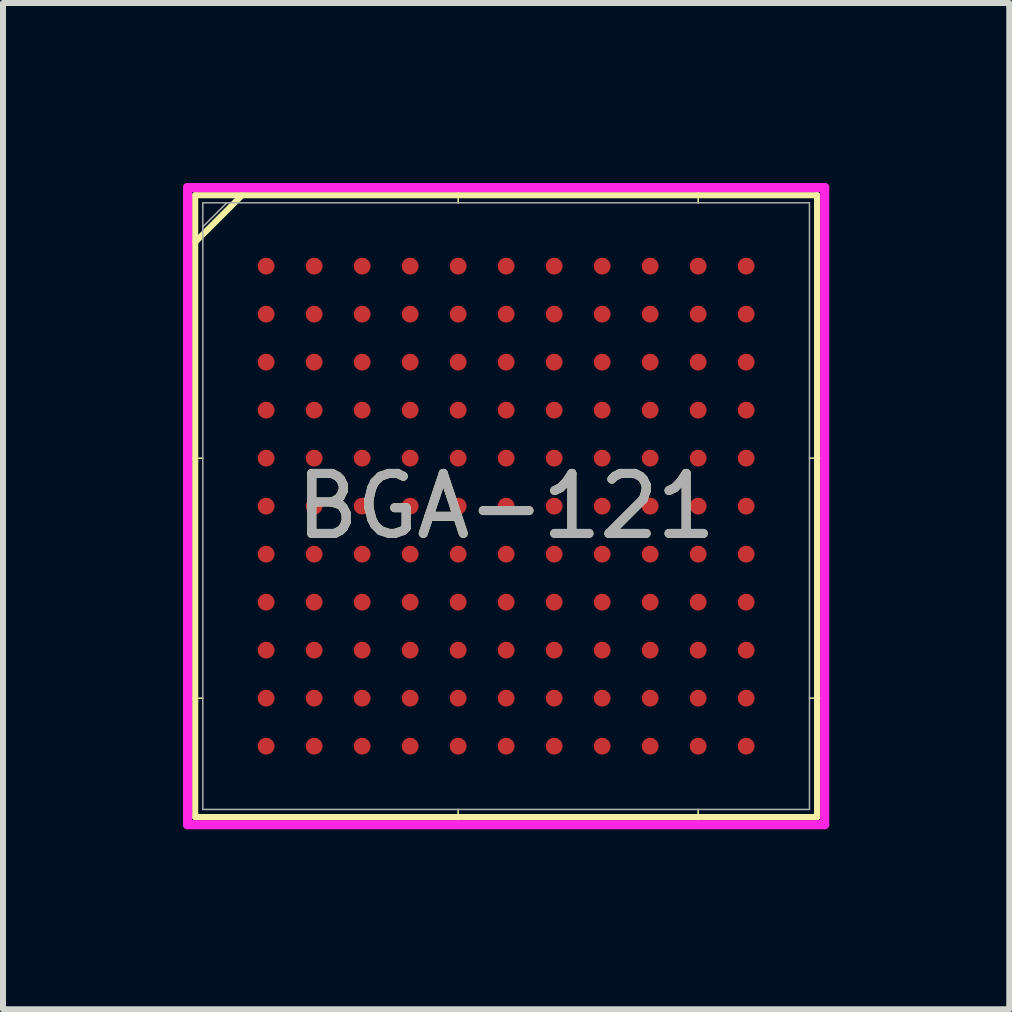
<source format=kicad_pcb>
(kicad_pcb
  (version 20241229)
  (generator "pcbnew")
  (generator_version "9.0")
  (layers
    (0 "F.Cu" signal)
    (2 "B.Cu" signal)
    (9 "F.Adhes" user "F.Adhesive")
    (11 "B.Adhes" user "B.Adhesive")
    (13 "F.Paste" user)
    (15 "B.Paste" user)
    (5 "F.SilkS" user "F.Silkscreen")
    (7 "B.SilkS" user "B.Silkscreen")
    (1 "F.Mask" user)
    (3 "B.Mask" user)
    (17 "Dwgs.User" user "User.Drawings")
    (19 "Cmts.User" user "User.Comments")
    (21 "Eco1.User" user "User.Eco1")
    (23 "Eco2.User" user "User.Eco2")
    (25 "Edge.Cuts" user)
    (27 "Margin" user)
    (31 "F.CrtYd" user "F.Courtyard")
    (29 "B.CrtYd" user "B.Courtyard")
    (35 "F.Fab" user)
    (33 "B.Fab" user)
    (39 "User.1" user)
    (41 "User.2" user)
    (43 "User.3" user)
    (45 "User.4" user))
  (footprint "BGA-121"
    (layer "F.Cu")
    (at 5.385 5.385)
    (property "Reference" "BGA-121" (at 0 0 0) (unlocked yes) (layer "F.SilkS") (effects (font (size 1 1) (thickness 0.15))))
    (attr smd)
    (fp_line (start -5.182 -5.182) (end -5.182 5.182) (stroke (width 0.102) (type solid)) (layer "F.SilkS"))
    (fp_line (start -5.182 5.182) (end 5.182 5.182) (stroke (width 0.102) (type solid)) (layer "F.SilkS"))
    (fp_line (start -5.055 -0.8) (end -5.309 -0.8) (stroke (width 0.025) (type solid)) (layer "F.SilkS"))
    (fp_line (start -5.055 3.2) (end -5.309 3.2) (stroke (width 0.025) (type solid)) (layer "F.SilkS"))
    (fp_line (start -4.4 -5.182) (end -5.182 -4.4) (stroke (width 0.102) (type solid)) (layer "F.SilkS"))
    (fp_line (start -0.8 -5.055) (end -0.8 -5.309) (stroke (width 0.025) (type solid)) (layer "F.SilkS"))
    (fp_line (start -0.8 5.055) (end -0.8 5.309) (stroke (width 0.025) (type solid)) (layer "F.SilkS"))
    (fp_line (start 3.2 -5.055) (end 3.2 -5.309) (stroke (width 0.025) (type solid)) (layer "F.SilkS"))
    (fp_line (start 3.2 5.055) (end 3.2 5.309) (stroke (width 0.025) (type solid)) (layer "F.SilkS"))
    (fp_line (start 5.055 -0.8) (end 5.309 -0.8) (stroke (width 0.025) (type solid)) (layer "F.SilkS"))
    (fp_line (start 5.055 3.2) (end 5.309 3.2) (stroke (width 0.025) (type solid)) (layer "F.SilkS"))
    (fp_line (start 5.182 -5.182) (end -5.182 -5.182) (stroke (width 0.102) (type solid)) (layer "F.SilkS"))
    (fp_line (start 5.182 5.182) (end 5.182 -5.182) (stroke (width 0.102) (type solid)) (layer "F.SilkS"))
    (fp_poly (pts (xy -4.845 -4.845) (xy 4.845 -4.845) (xy 4.845 4.845) (xy -4.845 4.845)) (stroke (width 0.1) (type solid)) (fill no) (layer "Eco2.User"))
    (fp_line (start -5.309 -5.309) (end 5.309 -5.309) (stroke (width 0.152) (type solid)) (layer "F.CrtYd"))
    (fp_line (start -5.309 5.309) (end -5.309 -5.309) (stroke (width 0.152) (type solid)) (layer "F.CrtYd"))
    (fp_line (start 5.309 -5.309) (end 5.309 5.309) (stroke (width 0.152) (type solid)) (layer "F.CrtYd"))
    (fp_line (start 5.309 5.309) (end -5.309 5.309) (stroke (width 0.152) (type solid)) (layer "F.CrtYd"))
    (fp_line (start -5.055 -5.055) (end -5.055 5.055) (stroke (width 0.025) (type solid)) (layer "F.Fab"))
    (fp_line (start -5.055 5.055) (end 5.055 5.055) (stroke (width 0.025) (type solid)) (layer "F.Fab"))
    (fp_line (start -4.655 -5.055) (end -5.055 -4.655) (stroke (width 0.025) (type solid)) (layer "F.Fab"))
    (fp_line (start 5.055 -5.055) (end -5.055 -5.055) (stroke (width 0.025) (type solid)) (layer "F.Fab"))
    (fp_line (start 5.055 5.055) (end 5.055 -5.055) (stroke (width 0.025) (type solid)) (layer "F.Fab"))
    (fp_text user "${REFERENCE}" (at 0 0 0) (unlocked yes) (layer "F.Fab") (effects (font (size 1 1) (thickness 0.15))))
    (pad "A1" smd circle (at -4 -4) (size 0.279 0.279) (layers "F.Cu" "F.Mask" "F.Paste"))
    (pad "A2" smd circle (at -3.2 -4) (size 0.279 0.279) (layers "F.Cu" "F.Mask" "F.Paste"))
    (pad "A3" smd circle (at -2.4 -4) (size 0.279 0.279) (layers "F.Cu" "F.Mask" "F.Paste"))
    (pad "A4" smd circle (at -1.6 -4) (size 0.279 0.279) (layers "F.Cu" "F.Mask" "F.Paste"))
    (pad "A5" smd circle (at -0.8 -4) (size 0.279 0.279) (layers "F.Cu" "F.Mask" "F.Paste"))
    (pad "A6" smd circle (at 0 -4) (size 0.279 0.279) (layers "F.Cu" "F.Mask" "F.Paste"))
    (pad "A7" smd circle (at 0.8 -4) (size 0.279 0.279) (layers "F.Cu" "F.Mask" "F.Paste"))
    (pad "A8" smd circle (at 1.6 -4) (size 0.279 0.279) (layers "F.Cu" "F.Mask" "F.Paste"))
    (pad "A9" smd circle (at 2.4 -4) (size 0.279 0.279) (layers "F.Cu" "F.Mask" "F.Paste"))
    (pad "A10" smd circle (at 3.2 -4) (size 0.279 0.279) (layers "F.Cu" "F.Mask" "F.Paste"))
    (pad "A11" smd circle (at 4 -4) (size 0.279 0.279) (layers "F.Cu" "F.Mask" "F.Paste"))
    (pad "B1" smd circle (at -4 -3.2) (size 0.279 0.279) (layers "F.Cu" "F.Mask" "F.Paste"))
    (pad "B2" smd circle (at -3.2 -3.2) (size 0.279 0.279) (layers "F.Cu" "F.Mask" "F.Paste"))
    (pad "B3" smd circle (at -2.4 -3.2) (size 0.279 0.279) (layers "F.Cu" "F.Mask" "F.Paste"))
    (pad "B4" smd circle (at -1.6 -3.2) (size 0.279 0.279) (layers "F.Cu" "F.Mask" "F.Paste"))
    (pad "B5" smd circle (at -0.8 -3.2) (size 0.279 0.279) (layers "F.Cu" "F.Mask" "F.Paste"))
    (pad "B6" smd circle (at 0 -3.2) (size 0.279 0.279) (layers "F.Cu" "F.Mask" "F.Paste"))
    (pad "B7" smd circle (at 0.8 -3.2) (size 0.279 0.279) (layers "F.Cu" "F.Mask" "F.Paste"))
    (pad "B8" smd circle (at 1.6 -3.2) (size 0.279 0.279) (layers "F.Cu" "F.Mask" "F.Paste"))
    (pad "B9" smd circle (at 2.4 -3.2) (size 0.279 0.279) (layers "F.Cu" "F.Mask" "F.Paste"))
    (pad "B10" smd circle (at 3.2 -3.2) (size 0.279 0.279) (layers "F.Cu" "F.Mask" "F.Paste"))
    (pad "B11" smd circle (at 4 -3.2) (size 0.279 0.279) (layers "F.Cu" "F.Mask" "F.Paste"))
    (pad "C1" smd circle (at -4 -2.4) (size 0.279 0.279) (layers "F.Cu" "F.Mask" "F.Paste"))
    (pad "C2" smd circle (at -3.2 -2.4) (size 0.279 0.279) (layers "F.Cu" "F.Mask" "F.Paste"))
    (pad "C3" smd circle (at -2.4 -2.4) (size 0.279 0.279) (layers "F.Cu" "F.Mask" "F.Paste"))
    (pad "C4" smd circle (at -1.6 -2.4) (size 0.279 0.279) (layers "F.Cu" "F.Mask" "F.Paste"))
    (pad "C5" smd circle (at -0.8 -2.4) (size 0.279 0.279) (layers "F.Cu" "F.Mask" "F.Paste"))
    (pad "C6" smd circle (at 0 -2.4) (size 0.279 0.279) (layers "F.Cu" "F.Mask" "F.Paste"))
    (pad "C7" smd circle (at 0.8 -2.4) (size 0.279 0.279) (layers "F.Cu" "F.Mask" "F.Paste"))
    (pad "C8" smd circle (at 1.6 -2.4) (size 0.279 0.279) (layers "F.Cu" "F.Mask" "F.Paste"))
    (pad "C9" smd circle (at 2.4 -2.4) (size 0.279 0.279) (layers "F.Cu" "F.Mask" "F.Paste"))
    (pad "C10" smd circle (at 3.2 -2.4) (size 0.279 0.279) (layers "F.Cu" "F.Mask" "F.Paste"))
    (pad "C11" smd circle (at 4 -2.4) (size 0.279 0.279) (layers "F.Cu" "F.Mask" "F.Paste"))
    (pad "D1" smd circle (at -4 -1.6) (size 0.279 0.279) (layers "F.Cu" "F.Mask" "F.Paste"))
    (pad "D2" smd circle (at -3.2 -1.6) (size 0.279 0.279) (layers "F.Cu" "F.Mask" "F.Paste"))
    (pad "D3" smd circle (at -2.4 -1.6) (size 0.279 0.279) (layers "F.Cu" "F.Mask" "F.Paste"))
    (pad "D4" smd circle (at -1.6 -1.6) (size 0.279 0.279) (layers "F.Cu" "F.Mask" "F.Paste"))
    (pad "D5" smd circle (at -0.8 -1.6) (size 0.279 0.279) (layers "F.Cu" "F.Mask" "F.Paste"))
    (pad "D6" smd circle (at 0 -1.6) (size 0.279 0.279) (layers "F.Cu" "F.Mask" "F.Paste"))
    (pad "D7" smd circle (at 0.8 -1.6) (size 0.279 0.279) (layers "F.Cu" "F.Mask" "F.Paste"))
    (pad "D8" smd circle (at 1.6 -1.6) (size 0.279 0.279) (layers "F.Cu" "F.Mask" "F.Paste"))
    (pad "D9" smd circle (at 2.4 -1.6) (size 0.279 0.279) (layers "F.Cu" "F.Mask" "F.Paste"))
    (pad "D10" smd circle (at 3.2 -1.6) (size 0.279 0.279) (layers "F.Cu" "F.Mask" "F.Paste"))
    (pad "D11" smd circle (at 4 -1.6) (size 0.279 0.279) (layers "F.Cu" "F.Mask" "F.Paste"))
    (pad "E1" smd circle (at -4 -0.8) (size 0.279 0.279) (layers "F.Cu" "F.Mask" "F.Paste"))
    (pad "E2" smd circle (at -3.2 -0.8) (size 0.279 0.279) (layers "F.Cu" "F.Mask" "F.Paste"))
    (pad "E3" smd circle (at -2.4 -0.8) (size 0.279 0.279) (layers "F.Cu" "F.Mask" "F.Paste"))
    (pad "E4" smd circle (at -1.6 -0.8) (size 0.279 0.279) (layers "F.Cu" "F.Mask" "F.Paste"))
    (pad "E5" smd circle (at -0.8 -0.8) (size 0.279 0.279) (layers "F.Cu" "F.Mask" "F.Paste"))
    (pad "E6" smd circle (at 0 -0.8) (size 0.279 0.279) (layers "F.Cu" "F.Mask" "F.Paste"))
    (pad "E7" smd circle (at 0.8 -0.8) (size 0.279 0.279) (layers "F.Cu" "F.Mask" "F.Paste"))
    (pad "E8" smd circle (at 1.6 -0.8) (size 0.279 0.279) (layers "F.Cu" "F.Mask" "F.Paste"))
    (pad "E9" smd circle (at 2.4 -0.8) (size 0.279 0.279) (layers "F.Cu" "F.Mask" "F.Paste"))
    (pad "E10" smd circle (at 3.2 -0.8) (size 0.279 0.279) (layers "F.Cu" "F.Mask" "F.Paste"))
    (pad "E11" smd circle (at 4 -0.8) (size 0.279 0.279) (layers "F.Cu" "F.Mask" "F.Paste"))
    (pad "F1" smd circle (at -4 0) (size 0.279 0.279) (layers "F.Cu" "F.Mask" "F.Paste"))
    (pad "F2" smd circle (at -3.2 0) (size 0.279 0.279) (layers "F.Cu" "F.Mask" "F.Paste"))
    (pad "F3" smd circle (at -2.4 0) (size 0.279 0.279) (layers "F.Cu" "F.Mask" "F.Paste"))
    (pad "F4" smd circle (at -1.6 0) (size 0.279 0.279) (layers "F.Cu" "F.Mask" "F.Paste"))
    (pad "F5" smd circle (at -0.8 0) (size 0.279 0.279) (layers "F.Cu" "F.Mask" "F.Paste"))
    (pad "F6" smd circle (at 0 0) (size 0.279 0.279) (layers "F.Cu" "F.Mask" "F.Paste"))
    (pad "F7" smd circle (at 0.8 0) (size 0.279 0.279) (layers "F.Cu" "F.Mask" "F.Paste"))
    (pad "F8" smd circle (at 1.6 0) (size 0.279 0.279) (layers "F.Cu" "F.Mask" "F.Paste"))
    (pad "F9" smd circle (at 2.4 0) (size 0.279 0.279) (layers "F.Cu" "F.Mask" "F.Paste"))
    (pad "F10" smd circle (at 3.2 0) (size 0.279 0.279) (layers "F.Cu" "F.Mask" "F.Paste"))
    (pad "F11" smd circle (at 4 0) (size 0.279 0.279) (layers "F.Cu" "F.Mask" "F.Paste"))
    (pad "G1" smd circle (at -4 0.8) (size 0.279 0.279) (layers "F.Cu" "F.Mask" "F.Paste"))
    (pad "G2" smd circle (at -3.2 0.8) (size 0.279 0.279) (layers "F.Cu" "F.Mask" "F.Paste"))
    (pad "G3" smd circle (at -2.4 0.8) (size 0.279 0.279) (layers "F.Cu" "F.Mask" "F.Paste"))
    (pad "G4" smd circle (at -1.6 0.8) (size 0.279 0.279) (layers "F.Cu" "F.Mask" "F.Paste"))
    (pad "G5" smd circle (at -0.8 0.8) (size 0.279 0.279) (layers "F.Cu" "F.Mask" "F.Paste"))
    (pad "G6" smd circle (at 0 0.8) (size 0.279 0.279) (layers "F.Cu" "F.Mask" "F.Paste"))
    (pad "G7" smd circle (at 0.8 0.8) (size 0.279 0.279) (layers "F.Cu" "F.Mask" "F.Paste"))
    (pad "G8" smd circle (at 1.6 0.8) (size 0.279 0.279) (layers "F.Cu" "F.Mask" "F.Paste"))
    (pad "G9" smd circle (at 2.4 0.8) (size 0.279 0.279) (layers "F.Cu" "F.Mask" "F.Paste"))
    (pad "G10" smd circle (at 3.2 0.8) (size 0.279 0.279) (layers "F.Cu" "F.Mask" "F.Paste"))
    (pad "G11" smd circle (at 4 0.8) (size 0.279 0.279) (layers "F.Cu" "F.Mask" "F.Paste"))
    (pad "H1" smd circle (at -4 1.6) (size 0.279 0.279) (layers "F.Cu" "F.Mask" "F.Paste"))
    (pad "H2" smd circle (at -3.2 1.6) (size 0.279 0.279) (layers "F.Cu" "F.Mask" "F.Paste"))
    (pad "H3" smd circle (at -2.4 1.6) (size 0.279 0.279) (layers "F.Cu" "F.Mask" "F.Paste"))
    (pad "H4" smd circle (at -1.6 1.6) (size 0.279 0.279) (layers "F.Cu" "F.Mask" "F.Paste"))
    (pad "H5" smd circle (at -0.8 1.6) (size 0.279 0.279) (layers "F.Cu" "F.Mask" "F.Paste"))
    (pad "H6" smd circle (at 0 1.6) (size 0.279 0.279) (layers "F.Cu" "F.Mask" "F.Paste"))
    (pad "H7" smd circle (at 0.8 1.6) (size 0.279 0.279) (layers "F.Cu" "F.Mask" "F.Paste"))
    (pad "H8" smd circle (at 1.6 1.6) (size 0.279 0.279) (layers "F.Cu" "F.Mask" "F.Paste"))
    (pad "H9" smd circle (at 2.4 1.6) (size 0.279 0.279) (layers "F.Cu" "F.Mask" "F.Paste"))
    (pad "H10" smd circle (at 3.2 1.6) (size 0.279 0.279) (layers "F.Cu" "F.Mask" "F.Paste"))
    (pad "H11" smd circle (at 4 1.6) (size 0.279 0.279) (layers "F.Cu" "F.Mask" "F.Paste"))
    (pad "J1" smd circle (at -4 2.4) (size 0.279 0.279) (layers "F.Cu" "F.Mask" "F.Paste"))
    (pad "J2" smd circle (at -3.2 2.4) (size 0.279 0.279) (layers "F.Cu" "F.Mask" "F.Paste"))
    (pad "J3" smd circle (at -2.4 2.4) (size 0.279 0.279) (layers "F.Cu" "F.Mask" "F.Paste"))
    (pad "J4" smd circle (at -1.6 2.4) (size 0.279 0.279) (layers "F.Cu" "F.Mask" "F.Paste"))
    (pad "J5" smd circle (at -0.8 2.4) (size 0.279 0.279) (layers "F.Cu" "F.Mask" "F.Paste"))
    (pad "J6" smd circle (at 0 2.4) (size 0.279 0.279) (layers "F.Cu" "F.Mask" "F.Paste"))
    (pad "J7" smd circle (at 0.8 2.4) (size 0.279 0.279) (layers "F.Cu" "F.Mask" "F.Paste"))
    (pad "J8" smd circle (at 1.6 2.4) (size 0.279 0.279) (layers "F.Cu" "F.Mask" "F.Paste"))
    (pad "J9" smd circle (at 2.4 2.4) (size 0.279 0.279) (layers "F.Cu" "F.Mask" "F.Paste"))
    (pad "J10" smd circle (at 3.2 2.4) (size 0.279 0.279) (layers "F.Cu" "F.Mask" "F.Paste"))
    (pad "J11" smd circle (at 4 2.4) (size 0.279 0.279) (layers "F.Cu" "F.Mask" "F.Paste"))
    (pad "K1" smd circle (at -4 3.2) (size 0.279 0.279) (layers "F.Cu" "F.Mask" "F.Paste"))
    (pad "K2" smd circle (at -3.2 3.2) (size 0.279 0.279) (layers "F.Cu" "F.Mask" "F.Paste"))
    (pad "K3" smd circle (at -2.4 3.2) (size 0.279 0.279) (layers "F.Cu" "F.Mask" "F.Paste"))
    (pad "K4" smd circle (at -1.6 3.2) (size 0.279 0.279) (layers "F.Cu" "F.Mask" "F.Paste"))
    (pad "K5" smd circle (at -0.8 3.2) (size 0.279 0.279) (layers "F.Cu" "F.Mask" "F.Paste"))
    (pad "K6" smd circle (at 0 3.2) (size 0.279 0.279) (layers "F.Cu" "F.Mask" "F.Paste"))
    (pad "K7" smd circle (at 0.8 3.2) (size 0.279 0.279) (layers "F.Cu" "F.Mask" "F.Paste"))
    (pad "K8" smd circle (at 1.6 3.2) (size 0.279 0.279) (layers "F.Cu" "F.Mask" "F.Paste"))
    (pad "K9" smd circle (at 2.4 3.2) (size 0.279 0.279) (layers "F.Cu" "F.Mask" "F.Paste"))
    (pad "K10" smd circle (at 3.2 3.2) (size 0.279 0.279) (layers "F.Cu" "F.Mask" "F.Paste"))
    (pad "K11" smd circle (at 4 3.2) (size 0.279 0.279) (layers "F.Cu" "F.Mask" "F.Paste"))
    (pad "L1" smd circle (at -4 4) (size 0.279 0.279) (layers "F.Cu" "F.Mask" "F.Paste"))
    (pad "L2" smd circle (at -3.2 4) (size 0.279 0.279) (layers "F.Cu" "F.Mask" "F.Paste"))
    (pad "L3" smd circle (at -2.4 4) (size 0.279 0.279) (layers "F.Cu" "F.Mask" "F.Paste"))
    (pad "L4" smd circle (at -1.6 4) (size 0.279 0.279) (layers "F.Cu" "F.Mask" "F.Paste"))
    (pad "L5" smd circle (at -0.8 4) (size 0.279 0.279) (layers "F.Cu" "F.Mask" "F.Paste"))
    (pad "L6" smd circle (at 0 4) (size 0.279 0.279) (layers "F.Cu" "F.Mask" "F.Paste"))
    (pad "L7" smd circle (at 0.8 4) (size 0.279 0.279) (layers "F.Cu" "F.Mask" "F.Paste"))
    (pad "L8" smd circle (at 1.6 4) (size 0.279 0.279) (layers "F.Cu" "F.Mask" "F.Paste"))
    (pad "L9" smd circle (at 2.4 4) (size 0.279 0.279) (layers "F.Cu" "F.Mask" "F.Paste"))
    (pad "L10" smd circle (at 3.2 4) (size 0.279 0.279) (layers "F.Cu" "F.Mask" "F.Paste"))
    (pad "L11" smd circle (at 4 4) (size 0.279 0.279) (layers "F.Cu" "F.Mask" "F.Paste")))
  (gr_rect
    (start -3 -3)
    (end 13.77 13.77)
    (stroke (width 0.1) (type default))
    (fill no)
    (layer "Edge.Cuts")))
</source>
